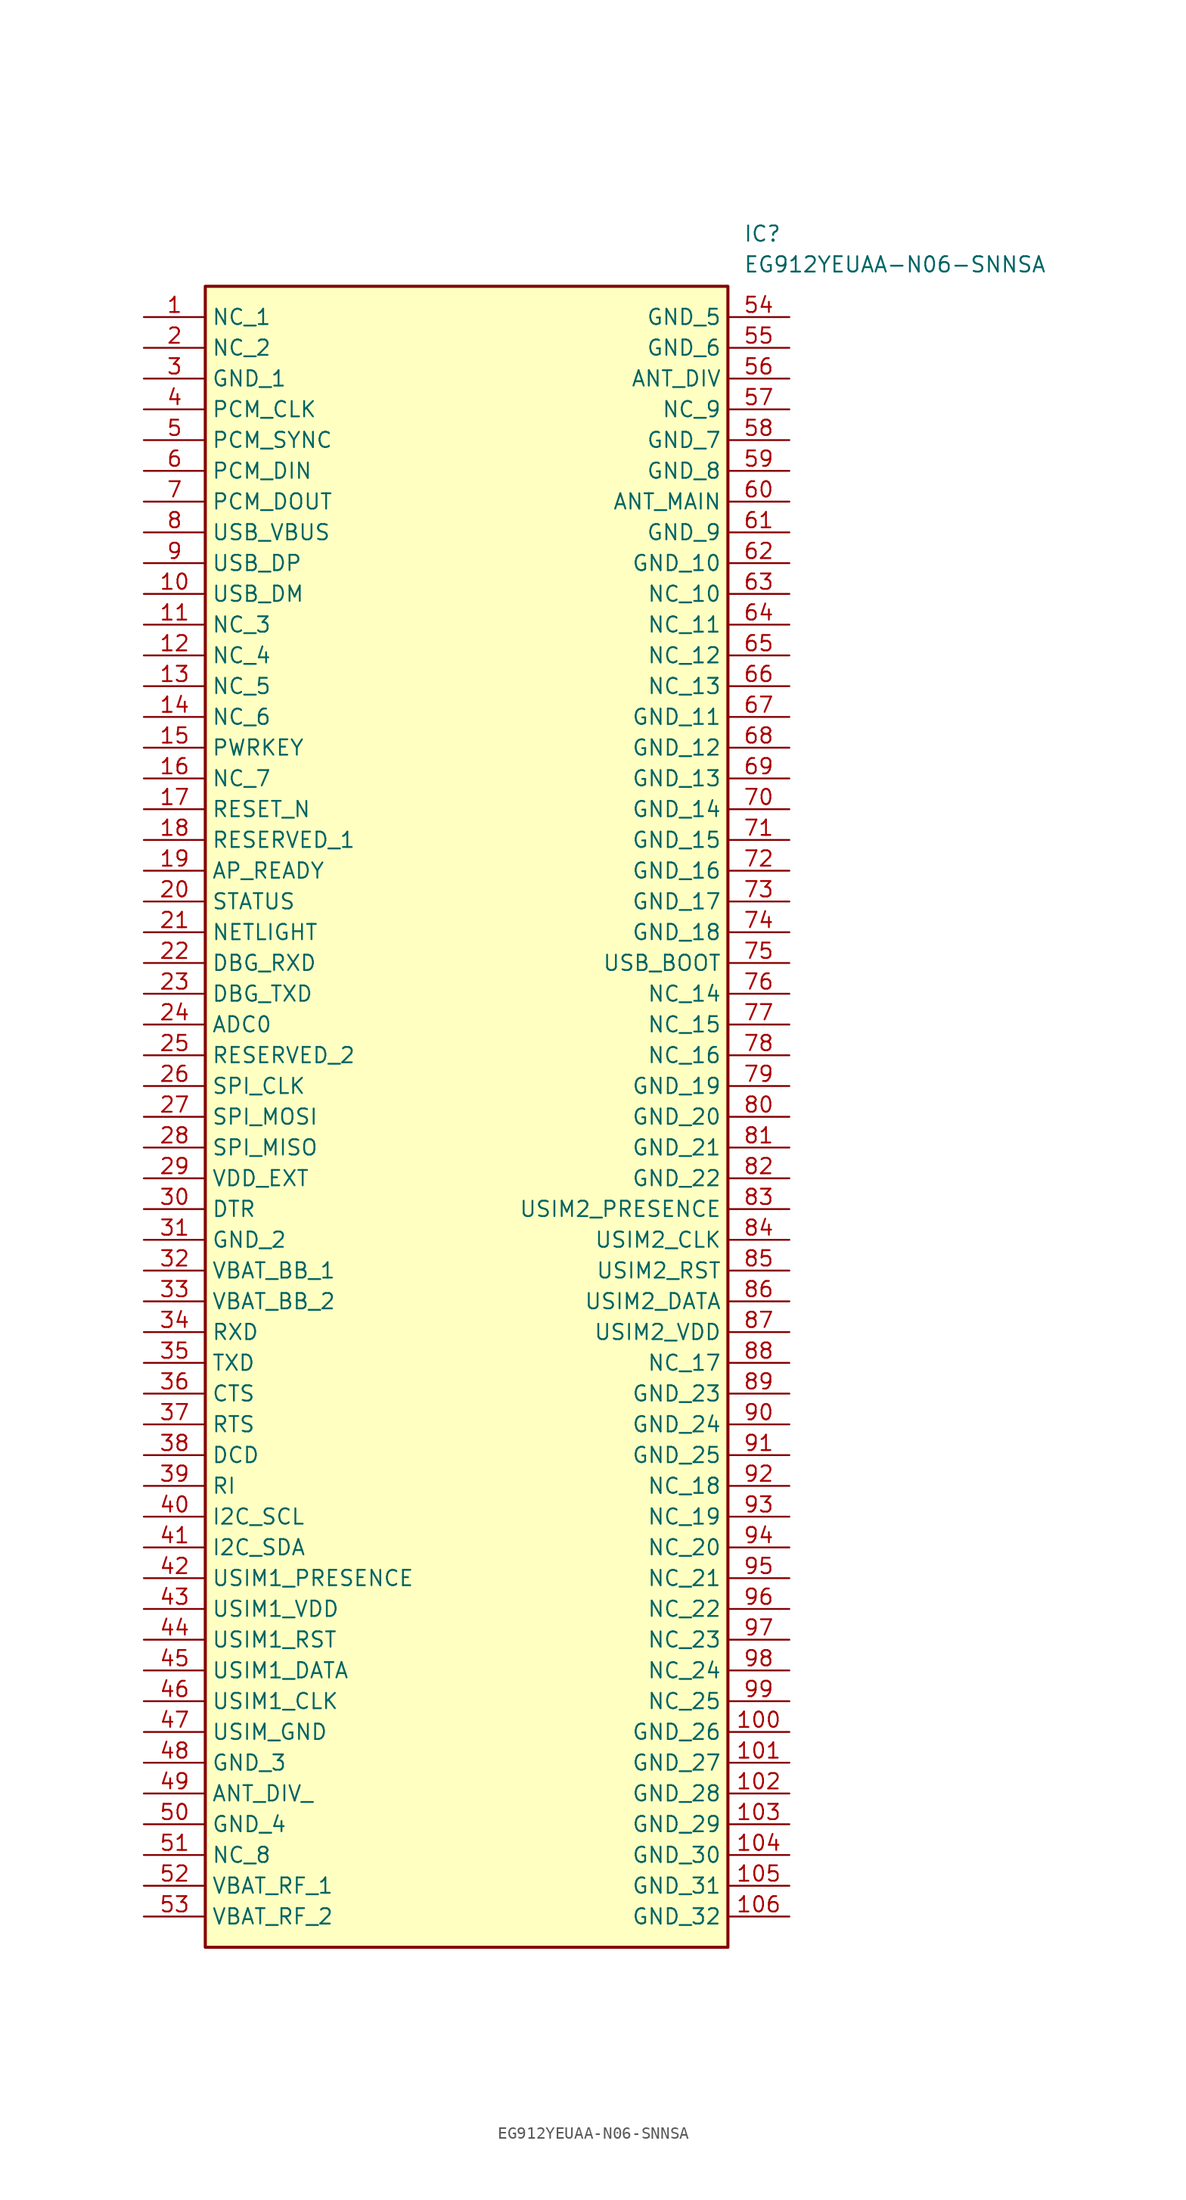
<source format=kicad_sym>
(kicad_symbol_lib
  (version 20211014)
  (generator SamacSys_ECAD_Model)
  (symbol "EG912YEUAA-N06-SNNSA"
    (property "Reference" "IC"
      (at 49.53 7.62 0)
      (effects (font (size 1.27 1.27)) (justify left top)))
    (property "Value" "EG912YEUAA-N06-SNNSA"
      (at 49.53 5.08 0)
      (effects (font (size 1.27 1.27)) (justify left top)))
    (rectangle
      (start 5.08 2.54)
      (end 48.26 -134.62)
      (stroke (width 0.254) (type default))
      (fill (type background)))
    (pin passive line
      (at 0 0 0)
      (length 5.08)
      (name "NC_1" (effects (font (size 1.27 1.27))))
      (number "1" (effects (font (size 1.27 1.27)))))
    (pin passive line
      (at 0 -2.54 0)
      (length 5.08)
      (name "NC_2" (effects (font (size 1.27 1.27))))
      (number "2" (effects (font (size 1.27 1.27)))))
    (pin passive line
      (at 0 -5.08 0)
      (length 5.08)
      (name "GND_1" (effects (font (size 1.27 1.27))))
      (number "3" (effects (font (size 1.27 1.27)))))
    (pin passive line
      (at 0 -7.62 0)
      (length 5.08)
      (name "PCM_CLK" (effects (font (size 1.27 1.27))))
      (number "4" (effects (font (size 1.27 1.27)))))
    (pin passive line
      (at 0 -10.16 0)
      (length 5.08)
      (name "PCM_SYNC" (effects (font (size 1.27 1.27))))
      (number "5" (effects (font (size 1.27 1.27)))))
    (pin passive line
      (at 0 -12.7 0)
      (length 5.08)
      (name "PCM_DIN" (effects (font (size 1.27 1.27))))
      (number "6" (effects (font (size 1.27 1.27)))))
    (pin passive line
      (at 0 -15.24 0)
      (length 5.08)
      (name "PCM_DOUT" (effects (font (size 1.27 1.27))))
      (number "7" (effects (font (size 1.27 1.27)))))
    (pin passive line
      (at 0 -17.78 0)
      (length 5.08)
      (name "USB_VBUS" (effects (font (size 1.27 1.27))))
      (number "8" (effects (font (size 1.27 1.27)))))
    (pin passive line
      (at 0 -20.32 0)
      (length 5.08)
      (name "USB_DP" (effects (font (size 1.27 1.27))))
      (number "9" (effects (font (size 1.27 1.27)))))
    (pin passive line
      (at 0 -22.86 0)
      (length 5.08)
      (name "USB_DM" (effects (font (size 1.27 1.27))))
      (number "10" (effects (font (size 1.27 1.27)))))
    (pin passive line
      (at 0 -25.4 0)
      (length 5.08)
      (name "NC_3" (effects (font (size 1.27 1.27))))
      (number "11" (effects (font (size 1.27 1.27)))))
    (pin passive line
      (at 0 -27.94 0)
      (length 5.08)
      (name "NC_4" (effects (font (size 1.27 1.27))))
      (number "12" (effects (font (size 1.27 1.27)))))
    (pin passive line
      (at 0 -30.48 0)
      (length 5.08)
      (name "NC_5" (effects (font (size 1.27 1.27))))
      (number "13" (effects (font (size 1.27 1.27)))))
    (pin passive line
      (at 0 -33.02 0)
      (length 5.08)
      (name "NC_6" (effects (font (size 1.27 1.27))))
      (number "14" (effects (font (size 1.27 1.27)))))
    (pin passive line
      (at 0 -35.56 0)
      (length 5.08)
      (name "PWRKEY" (effects (font (size 1.27 1.27))))
      (number "15" (effects (font (size 1.27 1.27)))))
    (pin passive line
      (at 0 -38.1 0)
      (length 5.08)
      (name "NC_7" (effects (font (size 1.27 1.27))))
      (number "16" (effects (font (size 1.27 1.27)))))
    (pin passive line
      (at 0 -40.64 0)
      (length 5.08)
      (name "RESET_N" (effects (font (size 1.27 1.27))))
      (number "17" (effects (font (size 1.27 1.27)))))
    (pin passive line
      (at 0 -43.18 0)
      (length 5.08)
      (name "RESERVED_1" (effects (font (size 1.27 1.27))))
      (number "18" (effects (font (size 1.27 1.27)))))
    (pin passive line
      (at 0 -45.72 0)
      (length 5.08)
      (name "AP_READY" (effects (font (size 1.27 1.27))))
      (number "19" (effects (font (size 1.27 1.27)))))
    (pin passive line
      (at 0 -48.26 0)
      (length 5.08)
      (name "STATUS" (effects (font (size 1.27 1.27))))
      (number "20" (effects (font (size 1.27 1.27)))))
    (pin passive line
      (at 0 -50.8 0)
      (length 5.08)
      (name "NETLIGHT" (effects (font (size 1.27 1.27))))
      (number "21" (effects (font (size 1.27 1.27)))))
    (pin passive line
      (at 0 -53.34 0)
      (length 5.08)
      (name "DBG_RXD" (effects (font (size 1.27 1.27))))
      (number "22" (effects (font (size 1.27 1.27)))))
    (pin passive line
      (at 0 -55.88 0)
      (length 5.08)
      (name "DBG_TXD" (effects (font (size 1.27 1.27))))
      (number "23" (effects (font (size 1.27 1.27)))))
    (pin passive line
      (at 0 -58.42 0)
      (length 5.08)
      (name "ADC0" (effects (font (size 1.27 1.27))))
      (number "24" (effects (font (size 1.27 1.27)))))
    (pin passive line
      (at 0 -60.96 0)
      (length 5.08)
      (name "RESERVED_2" (effects (font (size 1.27 1.27))))
      (number "25" (effects (font (size 1.27 1.27)))))
    (pin passive line
      (at 0 -63.5 0)
      (length 5.08)
      (name "SPI_CLK" (effects (font (size 1.27 1.27))))
      (number "26" (effects (font (size 1.27 1.27)))))
    (pin passive line
      (at 0 -66.04 0)
      (length 5.08)
      (name "SPI_MOSI" (effects (font (size 1.27 1.27))))
      (number "27" (effects (font (size 1.27 1.27)))))
    (pin passive line
      (at 0 -68.58 0)
      (length 5.08)
      (name "SPI_MISO" (effects (font (size 1.27 1.27))))
      (number "28" (effects (font (size 1.27 1.27)))))
    (pin passive line
      (at 0 -71.12 0)
      (length 5.08)
      (name "VDD_EXT" (effects (font (size 1.27 1.27))))
      (number "29" (effects (font (size 1.27 1.27)))))
    (pin passive line
      (at 0 -73.66 0)
      (length 5.08)
      (name "DTR" (effects (font (size 1.27 1.27))))
      (number "30" (effects (font (size 1.27 1.27)))))
    (pin passive line
      (at 0 -76.2 0)
      (length 5.08)
      (name "GND_2" (effects (font (size 1.27 1.27))))
      (number "31" (effects (font (size 1.27 1.27)))))
    (pin passive line
      (at 0 -78.74 0)
      (length 5.08)
      (name "VBAT_BB_1" (effects (font (size 1.27 1.27))))
      (number "32" (effects (font (size 1.27 1.27)))))
    (pin passive line
      (at 0 -81.28 0)
      (length 5.08)
      (name "VBAT_BB_2" (effects (font (size 1.27 1.27))))
      (number "33" (effects (font (size 1.27 1.27)))))
    (pin passive line
      (at 0 -83.82 0)
      (length 5.08)
      (name "RXD" (effects (font (size 1.27 1.27))))
      (number "34" (effects (font (size 1.27 1.27)))))
    (pin passive line
      (at 0 -86.36 0)
      (length 5.08)
      (name "TXD" (effects (font (size 1.27 1.27))))
      (number "35" (effects (font (size 1.27 1.27)))))
    (pin passive line
      (at 0 -88.9 0)
      (length 5.08)
      (name "CTS" (effects (font (size 1.27 1.27))))
      (number "36" (effects (font (size 1.27 1.27)))))
    (pin passive line
      (at 0 -91.44 0)
      (length 5.08)
      (name "RTS" (effects (font (size 1.27 1.27))))
      (number "37" (effects (font (size 1.27 1.27)))))
    (pin passive line
      (at 0 -93.98 0)
      (length 5.08)
      (name "DCD" (effects (font (size 1.27 1.27))))
      (number "38" (effects (font (size 1.27 1.27)))))
    (pin passive line
      (at 0 -96.52 0)
      (length 5.08)
      (name "RI" (effects (font (size 1.27 1.27))))
      (number "39" (effects (font (size 1.27 1.27)))))
    (pin passive line
      (at 0 -99.06 0)
      (length 5.08)
      (name "I2C_SCL" (effects (font (size 1.27 1.27))))
      (number "40" (effects (font (size 1.27 1.27)))))
    (pin passive line
      (at 0 -101.6 0)
      (length 5.08)
      (name "I2C_SDA" (effects (font (size 1.27 1.27))))
      (number "41" (effects (font (size 1.27 1.27)))))
    (pin passive line
      (at 0 -104.14 0)
      (length 5.08)
      (name "USIM1_PRESENCE" (effects (font (size 1.27 1.27))))
      (number "42" (effects (font (size 1.27 1.27)))))
    (pin passive line
      (at 0 -106.68 0)
      (length 5.08)
      (name "USIM1_VDD" (effects (font (size 1.27 1.27))))
      (number "43" (effects (font (size 1.27 1.27)))))
    (pin passive line
      (at 0 -109.22 0)
      (length 5.08)
      (name "USIM1_RST" (effects (font (size 1.27 1.27))))
      (number "44" (effects (font (size 1.27 1.27)))))
    (pin passive line
      (at 0 -111.76 0)
      (length 5.08)
      (name "USIM1_DATA" (effects (font (size 1.27 1.27))))
      (number "45" (effects (font (size 1.27 1.27)))))
    (pin passive line
      (at 0 -114.3 0)
      (length 5.08)
      (name "USIM1_CLK" (effects (font (size 1.27 1.27))))
      (number "46" (effects (font (size 1.27 1.27)))))
    (pin passive line
      (at 0 -116.84 0)
      (length 5.08)
      (name "USIM_GND" (effects (font (size 1.27 1.27))))
      (number "47" (effects (font (size 1.27 1.27)))))
    (pin passive line
      (at 0 -119.38 0)
      (length 5.08)
      (name "GND_3" (effects (font (size 1.27 1.27))))
      (number "48" (effects (font (size 1.27 1.27)))))
    (pin passive line
      (at 0 -121.92 0)
      (length 5.08)
      (name "ANT_DIV_" (effects (font (size 1.27 1.27))))
      (number "49" (effects (font (size 1.27 1.27)))))
    (pin passive line
      (at 0 -124.46 0)
      (length 5.08)
      (name "GND_4" (effects (font (size 1.27 1.27))))
      (number "50" (effects (font (size 1.27 1.27)))))
    (pin passive line
      (at 0 -127 0)
      (length 5.08)
      (name "NC_8" (effects (font (size 1.27 1.27))))
      (number "51" (effects (font (size 1.27 1.27)))))
    (pin passive line
      (at 0 -129.54 0)
      (length 5.08)
      (name "VBAT_RF_1" (effects (font (size 1.27 1.27))))
      (number "52" (effects (font (size 1.27 1.27)))))
    (pin passive line
      (at 0 -132.08 0)
      (length 5.08)
      (name "VBAT_RF_2" (effects (font (size 1.27 1.27))))
      (number "53" (effects (font (size 1.27 1.27)))))
    (pin passive line
      (at 53.34 0 180)
      (length 5.08)
      (name "GND_5" (effects (font (size 1.27 1.27))))
      (number "54" (effects (font (size 1.27 1.27)))))
    (pin passive line
      (at 53.34 -2.54 180)
      (length 5.08)
      (name "GND_6" (effects (font (size 1.27 1.27))))
      (number "55" (effects (font (size 1.27 1.27)))))
    (pin passive line
      (at 53.34 -5.08 180)
      (length 5.08)
      (name "ANT_DIV" (effects (font (size 1.27 1.27))))
      (number "56" (effects (font (size 1.27 1.27)))))
    (pin passive line
      (at 53.34 -7.62 180)
      (length 5.08)
      (name "NC_9" (effects (font (size 1.27 1.27))))
      (number "57" (effects (font (size 1.27 1.27)))))
    (pin passive line
      (at 53.34 -10.16 180)
      (length 5.08)
      (name "GND_7" (effects (font (size 1.27 1.27))))
      (number "58" (effects (font (size 1.27 1.27)))))
    (pin passive line
      (at 53.34 -12.7 180)
      (length 5.08)
      (name "GND_8" (effects (font (size 1.27 1.27))))
      (number "59" (effects (font (size 1.27 1.27)))))
    (pin passive line
      (at 53.34 -15.24 180)
      (length 5.08)
      (name "ANT_MAIN" (effects (font (size 1.27 1.27))))
      (number "60" (effects (font (size 1.27 1.27)))))
    (pin passive line
      (at 53.34 -17.78 180)
      (length 5.08)
      (name "GND_9" (effects (font (size 1.27 1.27))))
      (number "61" (effects (font (size 1.27 1.27)))))
    (pin passive line
      (at 53.34 -20.32 180)
      (length 5.08)
      (name "GND_10" (effects (font (size 1.27 1.27))))
      (number "62" (effects (font (size 1.27 1.27)))))
    (pin passive line
      (at 53.34 -22.86 180)
      (length 5.08)
      (name "NC_10" (effects (font (size 1.27 1.27))))
      (number "63" (effects (font (size 1.27 1.27)))))
    (pin passive line
      (at 53.34 -25.4 180)
      (length 5.08)
      (name "NC_11" (effects (font (size 1.27 1.27))))
      (number "64" (effects (font (size 1.27 1.27)))))
    (pin passive line
      (at 53.34 -27.94 180)
      (length 5.08)
      (name "NC_12" (effects (font (size 1.27 1.27))))
      (number "65" (effects (font (size 1.27 1.27)))))
    (pin passive line
      (at 53.34 -30.48 180)
      (length 5.08)
      (name "NC_13" (effects (font (size 1.27 1.27))))
      (number "66" (effects (font (size 1.27 1.27)))))
    (pin passive line
      (at 53.34 -33.02 180)
      (length 5.08)
      (name "GND_11" (effects (font (size 1.27 1.27))))
      (number "67" (effects (font (size 1.27 1.27)))))
    (pin passive line
      (at 53.34 -35.56 180)
      (length 5.08)
      (name "GND_12" (effects (font (size 1.27 1.27))))
      (number "68" (effects (font (size 1.27 1.27)))))
    (pin passive line
      (at 53.34 -38.1 180)
      (length 5.08)
      (name "GND_13" (effects (font (size 1.27 1.27))))
      (number "69" (effects (font (size 1.27 1.27)))))
    (pin passive line
      (at 53.34 -40.64 180)
      (length 5.08)
      (name "GND_14" (effects (font (size 1.27 1.27))))
      (number "70" (effects (font (size 1.27 1.27)))))
    (pin passive line
      (at 53.34 -43.18 180)
      (length 5.08)
      (name "GND_15" (effects (font (size 1.27 1.27))))
      (number "71" (effects (font (size 1.27 1.27)))))
    (pin passive line
      (at 53.34 -45.72 180)
      (length 5.08)
      (name "GND_16" (effects (font (size 1.27 1.27))))
      (number "72" (effects (font (size 1.27 1.27)))))
    (pin passive line
      (at 53.34 -48.26 180)
      (length 5.08)
      (name "GND_17" (effects (font (size 1.27 1.27))))
      (number "73" (effects (font (size 1.27 1.27)))))
    (pin passive line
      (at 53.34 -50.8 180)
      (length 5.08)
      (name "GND_18" (effects (font (size 1.27 1.27))))
      (number "74" (effects (font (size 1.27 1.27)))))
    (pin passive line
      (at 53.34 -53.34 180)
      (length 5.08)
      (name "USB_BOOT" (effects (font (size 1.27 1.27))))
      (number "75" (effects (font (size 1.27 1.27)))))
    (pin passive line
      (at 53.34 -55.88 180)
      (length 5.08)
      (name "NC_14" (effects (font (size 1.27 1.27))))
      (number "76" (effects (font (size 1.27 1.27)))))
    (pin passive line
      (at 53.34 -58.42 180)
      (length 5.08)
      (name "NC_15" (effects (font (size 1.27 1.27))))
      (number "77" (effects (font (size 1.27 1.27)))))
    (pin passive line
      (at 53.34 -60.96 180)
      (length 5.08)
      (name "NC_16" (effects (font (size 1.27 1.27))))
      (number "78" (effects (font (size 1.27 1.27)))))
    (pin passive line
      (at 53.34 -63.5 180)
      (length 5.08)
      (name "GND_19" (effects (font (size 1.27 1.27))))
      (number "79" (effects (font (size 1.27 1.27)))))
    (pin passive line
      (at 53.34 -66.04 180)
      (length 5.08)
      (name "GND_20" (effects (font (size 1.27 1.27))))
      (number "80" (effects (font (size 1.27 1.27)))))
    (pin passive line
      (at 53.34 -68.58 180)
      (length 5.08)
      (name "GND_21" (effects (font (size 1.27 1.27))))
      (number "81" (effects (font (size 1.27 1.27)))))
    (pin passive line
      (at 53.34 -71.12 180)
      (length 5.08)
      (name "GND_22" (effects (font (size 1.27 1.27))))
      (number "82" (effects (font (size 1.27 1.27)))))
    (pin passive line
      (at 53.34 -73.66 180)
      (length 5.08)
      (name "USIM2_PRESENCE" (effects (font (size 1.27 1.27))))
      (number "83" (effects (font (size 1.27 1.27)))))
    (pin passive line
      (at 53.34 -76.2 180)
      (length 5.08)
      (name "USIM2_CLK" (effects (font (size 1.27 1.27))))
      (number "84" (effects (font (size 1.27 1.27)))))
    (pin passive line
      (at 53.34 -78.74 180)
      (length 5.08)
      (name "USIM2_RST" (effects (font (size 1.27 1.27))))
      (number "85" (effects (font (size 1.27 1.27)))))
    (pin passive line
      (at 53.34 -81.28 180)
      (length 5.08)
      (name "USIM2_DATA" (effects (font (size 1.27 1.27))))
      (number "86" (effects (font (size 1.27 1.27)))))
    (pin passive line
      (at 53.34 -83.82 180)
      (length 5.08)
      (name "USIM2_VDD" (effects (font (size 1.27 1.27))))
      (number "87" (effects (font (size 1.27 1.27)))))
    (pin passive line
      (at 53.34 -86.36 180)
      (length 5.08)
      (name "NC_17" (effects (font (size 1.27 1.27))))
      (number "88" (effects (font (size 1.27 1.27)))))
    (pin passive line
      (at 53.34 -88.9 180)
      (length 5.08)
      (name "GND_23" (effects (font (size 1.27 1.27))))
      (number "89" (effects (font (size 1.27 1.27)))))
    (pin passive line
      (at 53.34 -91.44 180)
      (length 5.08)
      (name "GND_24" (effects (font (size 1.27 1.27))))
      (number "90" (effects (font (size 1.27 1.27)))))
    (pin passive line
      (at 53.34 -93.98 180)
      (length 5.08)
      (name "GND_25" (effects (font (size 1.27 1.27))))
      (number "91" (effects (font (size 1.27 1.27)))))
    (pin passive line
      (at 53.34 -96.52 180)
      (length 5.08)
      (name "NC_18" (effects (font (size 1.27 1.27))))
      (number "92" (effects (font (size 1.27 1.27)))))
    (pin passive line
      (at 53.34 -99.06 180)
      (length 5.08)
      (name "NC_19" (effects (font (size 1.27 1.27))))
      (number "93" (effects (font (size 1.27 1.27)))))
    (pin passive line
      (at 53.34 -101.6 180)
      (length 5.08)
      (name "NC_20" (effects (font (size 1.27 1.27))))
      (number "94" (effects (font (size 1.27 1.27)))))
    (pin passive line
      (at 53.34 -104.14 180)
      (length 5.08)
      (name "NC_21" (effects (font (size 1.27 1.27))))
      (number "95" (effects (font (size 1.27 1.27)))))
    (pin passive line
      (at 53.34 -106.68 180)
      (length 5.08)
      (name "NC_22" (effects (font (size 1.27 1.27))))
      (number "96" (effects (font (size 1.27 1.27)))))
    (pin passive line
      (at 53.34 -109.22 180)
      (length 5.08)
      (name "NC_23" (effects (font (size 1.27 1.27))))
      (number "97" (effects (font (size 1.27 1.27)))))
    (pin passive line
      (at 53.34 -111.76 180)
      (length 5.08)
      (name "NC_24" (effects (font (size 1.27 1.27))))
      (number "98" (effects (font (size 1.27 1.27)))))
    (pin passive line
      (at 53.34 -114.3 180)
      (length 5.08)
      (name "NC_25" (effects (font (size 1.27 1.27))))
      (number "99" (effects (font (size 1.27 1.27)))))
    (pin passive line
      (at 53.34 -116.84 180)
      (length 5.08)
      (name "GND_26" (effects (font (size 1.27 1.27))))
      (number "100" (effects (font (size 1.27 1.27)))))
    (pin passive line
      (at 53.34 -119.38 180)
      (length 5.08)
      (name "GND_27" (effects (font (size 1.27 1.27))))
      (number "101" (effects (font (size 1.27 1.27)))))
    (pin passive line
      (at 53.34 -121.92 180)
      (length 5.08)
      (name "GND_28" (effects (font (size 1.27 1.27))))
      (number "102" (effects (font (size 1.27 1.27)))))
    (pin passive line
      (at 53.34 -124.46 180)
      (length 5.08)
      (name "GND_29" (effects (font (size 1.27 1.27))))
      (number "103" (effects (font (size 1.27 1.27)))))
    (pin passive line
      (at 53.34 -127 180)
      (length 5.08)
      (name "GND_30" (effects (font (size 1.27 1.27))))
      (number "104" (effects (font (size 1.27 1.27)))))
    (pin passive line
      (at 53.34 -129.54 180)
      (length 5.08)
      (name "GND_31" (effects (font (size 1.27 1.27))))
      (number "105" (effects (font (size 1.27 1.27)))))
    (pin passive line
      (at 53.34 -132.08 180)
      (length 5.08)
      (name "GND_32" (effects (font (size 1.27 1.27))))
      (number "106" (effects (font (size 1.27 1.27)))))))
</source>
